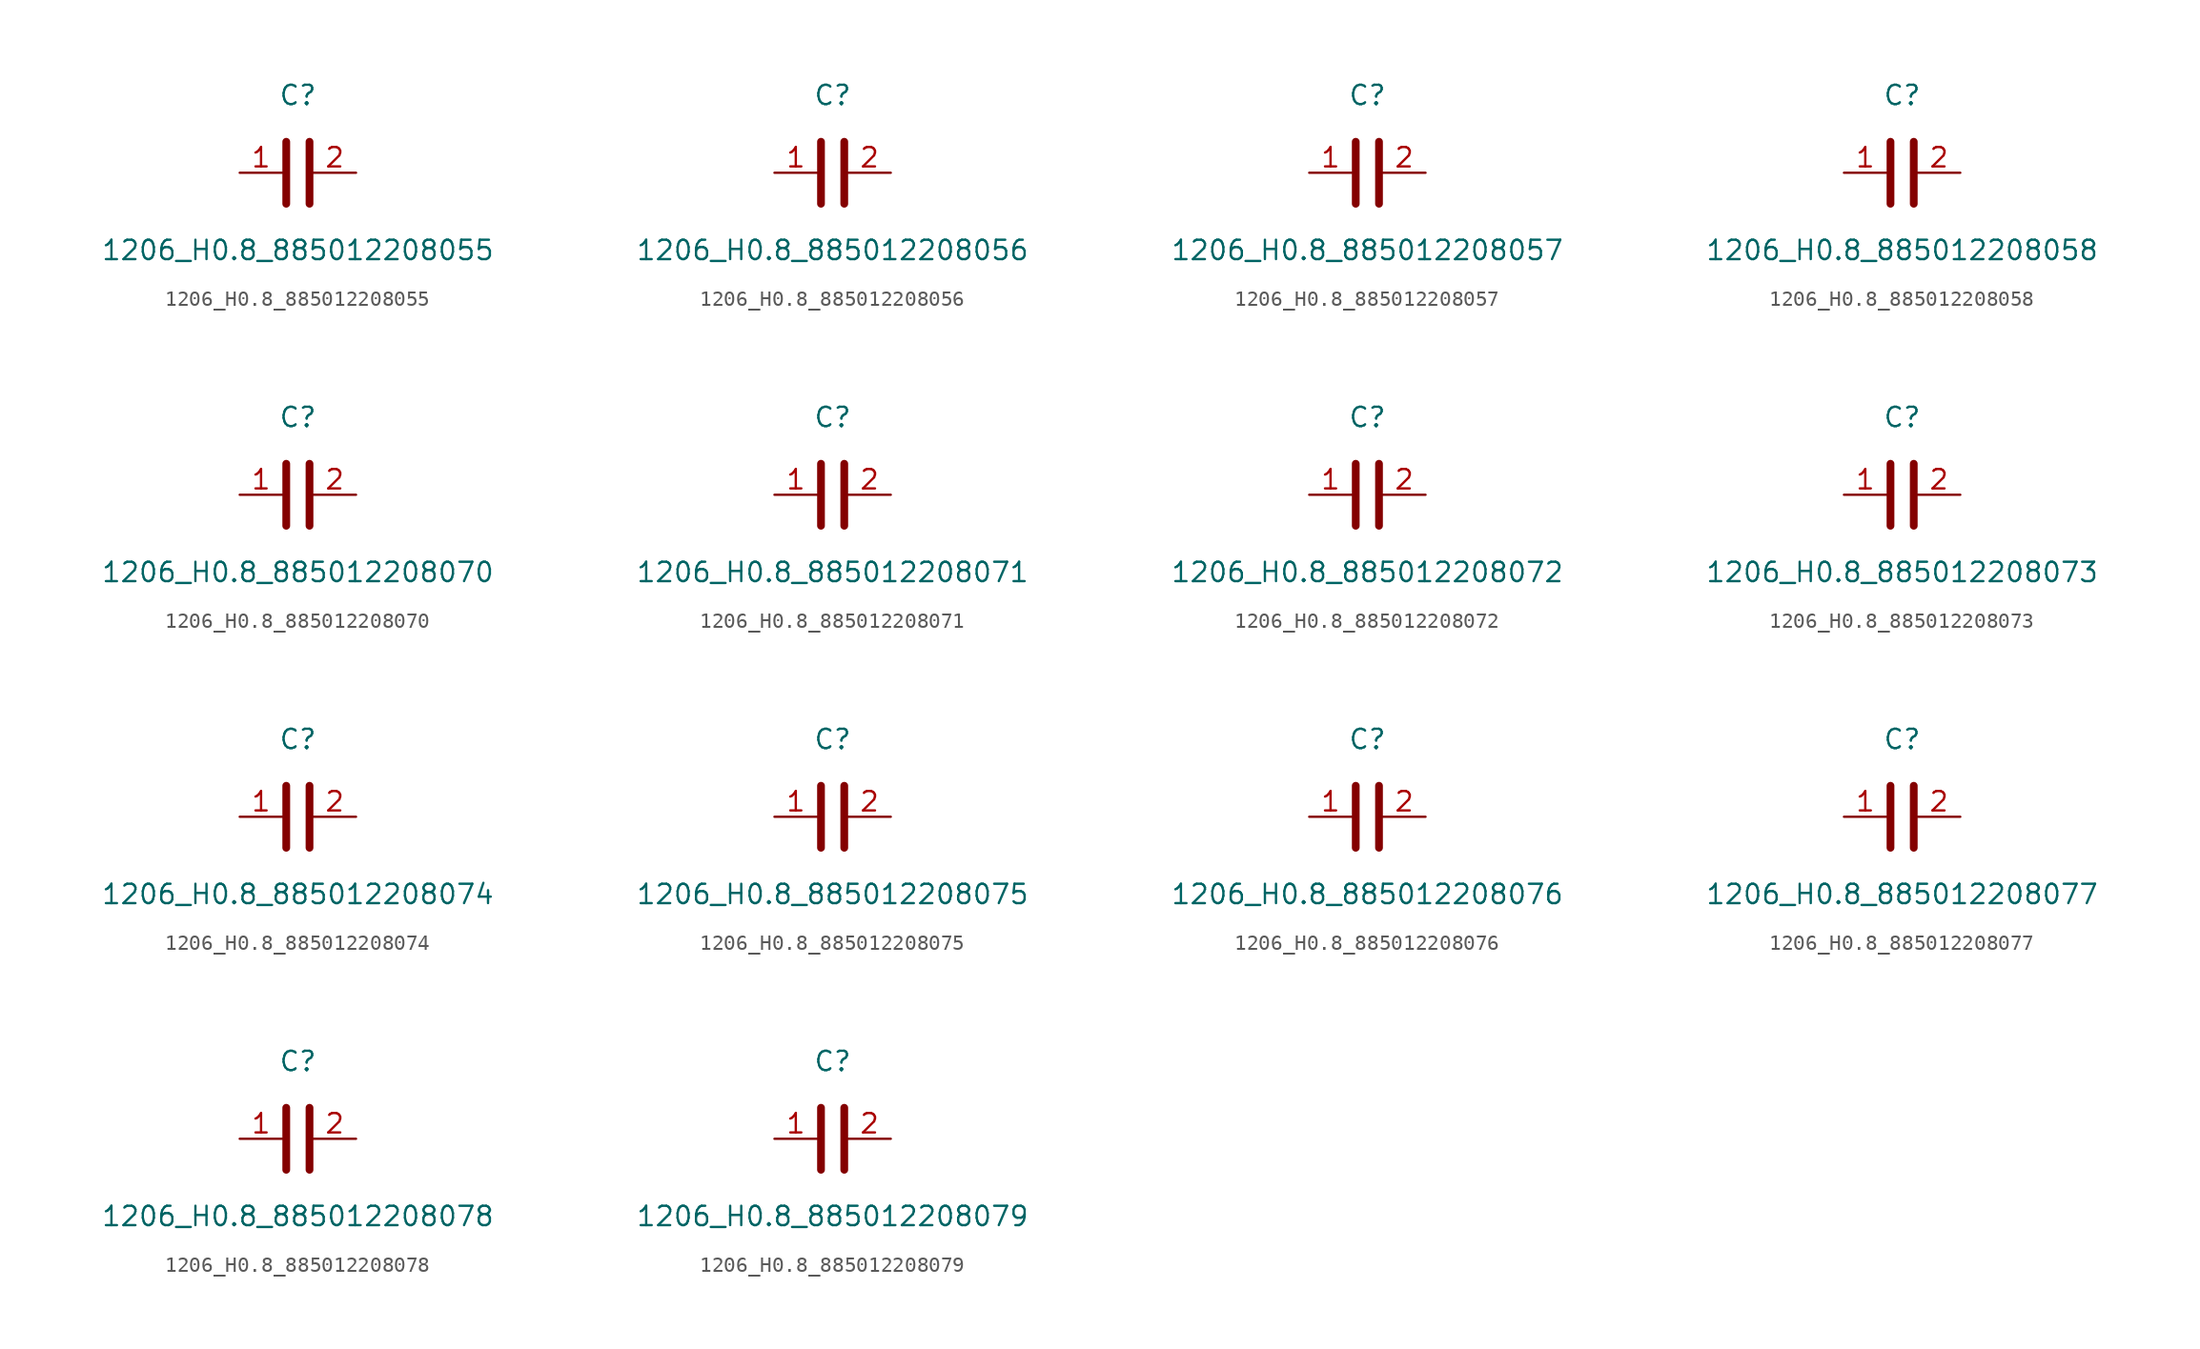
<source format=kicad_sym>
(kicad_symbol_lib
  (version 20220914)
  (generator kicad_symbol_editor)
  (symbol "1206_H0.8_885012208055"
    (pin_names hide)
    (property "Reference" "C"
      (at 0 5.08 0)
      (effects (font (size 1.27 1.27))))
    (property "Value" "1206_H0.8_885012208055"
      (at 0 -5.08 0)
      (effects (font (size 1.27 1.27))))
    (symbol "1206_H0.8_885012208055_0_1"
      (polyline (pts (xy -0.762 -2.032) (xy -0.762 2.032)) (stroke (width 0.508) (type default)) (fill (type none)))
      (polyline (pts (xy 0.762 -2.032) (xy 0.762 2.032)) (stroke (width 0.508) (type default)) (fill (type none))))
    (symbol "1206_H0.8_885012208055_1_1"
      (pin passive line (at -3.81 0 0) (length 2.794) (name "1" (effects (font (size 1.27 1.27)))) (number "1" (effects (font (size 1.27 1.27)))))
      (pin passive line (at 3.81 0 180) (length 2.794) (name "2" (effects (font (size 1.27 1.27)))) (number "2" (effects (font (size 1.27 1.27)))))))
  (symbol "1206_H0.8_885012208056"
    (pin_names hide)
    (property "Reference" "C"
      (at 0 5.08 0)
      (effects (font (size 1.27 1.27))))
    (property "Value" "1206_H0.8_885012208056"
      (at 0 -5.08 0)
      (effects (font (size 1.27 1.27))))
    (symbol "1206_H0.8_885012208056_0_1"
      (polyline (pts (xy -0.762 -2.032) (xy -0.762 2.032)) (stroke (width 0.508) (type default)) (fill (type none)))
      (polyline (pts (xy 0.762 -2.032) (xy 0.762 2.032)) (stroke (width 0.508) (type default)) (fill (type none))))
    (symbol "1206_H0.8_885012208056_1_1"
      (pin passive line (at -3.81 0 0) (length 2.794) (name "1" (effects (font (size 1.27 1.27)))) (number "1" (effects (font (size 1.27 1.27)))))
      (pin passive line (at 3.81 0 180) (length 2.794) (name "2" (effects (font (size 1.27 1.27)))) (number "2" (effects (font (size 1.27 1.27)))))))
  (symbol "1206_H0.8_885012208057"
    (pin_names hide)
    (property "Reference" "C"
      (at 0 5.08 0)
      (effects (font (size 1.27 1.27))))
    (property "Value" "1206_H0.8_885012208057"
      (at 0 -5.08 0)
      (effects (font (size 1.27 1.27))))
    (symbol "1206_H0.8_885012208057_0_1"
      (polyline (pts (xy -0.762 -2.032) (xy -0.762 2.032)) (stroke (width 0.508) (type default)) (fill (type none)))
      (polyline (pts (xy 0.762 -2.032) (xy 0.762 2.032)) (stroke (width 0.508) (type default)) (fill (type none))))
    (symbol "1206_H0.8_885012208057_1_1"
      (pin passive line (at -3.81 0 0) (length 2.794) (name "1" (effects (font (size 1.27 1.27)))) (number "1" (effects (font (size 1.27 1.27)))))
      (pin passive line (at 3.81 0 180) (length 2.794) (name "2" (effects (font (size 1.27 1.27)))) (number "2" (effects (font (size 1.27 1.27)))))))
  (symbol "1206_H0.8_885012208058"
    (pin_names hide)
    (property "Reference" "C"
      (at 0 5.08 0)
      (effects (font (size 1.27 1.27))))
    (property "Value" "1206_H0.8_885012208058"
      (at 0 -5.08 0)
      (effects (font (size 1.27 1.27))))
    (symbol "1206_H0.8_885012208058_0_1"
      (polyline (pts (xy -0.762 -2.032) (xy -0.762 2.032)) (stroke (width 0.508) (type default)) (fill (type none)))
      (polyline (pts (xy 0.762 -2.032) (xy 0.762 2.032)) (stroke (width 0.508) (type default)) (fill (type none))))
    (symbol "1206_H0.8_885012208058_1_1"
      (pin passive line (at -3.81 0 0) (length 2.794) (name "1" (effects (font (size 1.27 1.27)))) (number "1" (effects (font (size 1.27 1.27)))))
      (pin passive line (at 3.81 0 180) (length 2.794) (name "2" (effects (font (size 1.27 1.27)))) (number "2" (effects (font (size 1.27 1.27)))))))
  (symbol "1206_H0.8_885012208070"
    (pin_names hide)
    (property "Reference" "C"
      (at 0 5.08 0)
      (effects (font (size 1.27 1.27))))
    (property "Value" "1206_H0.8_885012208070"
      (at 0 -5.08 0)
      (effects (font (size 1.27 1.27))))
    (symbol "1206_H0.8_885012208070_0_1"
      (polyline (pts (xy -0.762 -2.032) (xy -0.762 2.032)) (stroke (width 0.508) (type default)) (fill (type none)))
      (polyline (pts (xy 0.762 -2.032) (xy 0.762 2.032)) (stroke (width 0.508) (type default)) (fill (type none))))
    (symbol "1206_H0.8_885012208070_1_1"
      (pin passive line (at -3.81 0 0) (length 2.794) (name "1" (effects (font (size 1.27 1.27)))) (number "1" (effects (font (size 1.27 1.27)))))
      (pin passive line (at 3.81 0 180) (length 2.794) (name "2" (effects (font (size 1.27 1.27)))) (number "2" (effects (font (size 1.27 1.27)))))))
  (symbol "1206_H0.8_885012208071"
    (pin_names hide)
    (property "Reference" "C"
      (at 0 5.08 0)
      (effects (font (size 1.27 1.27))))
    (property "Value" "1206_H0.8_885012208071"
      (at 0 -5.08 0)
      (effects (font (size 1.27 1.27))))
    (symbol "1206_H0.8_885012208071_0_1"
      (polyline (pts (xy -0.762 -2.032) (xy -0.762 2.032)) (stroke (width 0.508) (type default)) (fill (type none)))
      (polyline (pts (xy 0.762 -2.032) (xy 0.762 2.032)) (stroke (width 0.508) (type default)) (fill (type none))))
    (symbol "1206_H0.8_885012208071_1_1"
      (pin passive line (at -3.81 0 0) (length 2.794) (name "1" (effects (font (size 1.27 1.27)))) (number "1" (effects (font (size 1.27 1.27)))))
      (pin passive line (at 3.81 0 180) (length 2.794) (name "2" (effects (font (size 1.27 1.27)))) (number "2" (effects (font (size 1.27 1.27)))))))
  (symbol "1206_H0.8_885012208072"
    (pin_names hide)
    (property "Reference" "C"
      (at 0 5.08 0)
      (effects (font (size 1.27 1.27))))
    (property "Value" "1206_H0.8_885012208072"
      (at 0 -5.08 0)
      (effects (font (size 1.27 1.27))))
    (symbol "1206_H0.8_885012208072_0_1"
      (polyline (pts (xy -0.762 -2.032) (xy -0.762 2.032)) (stroke (width 0.508) (type default)) (fill (type none)))
      (polyline (pts (xy 0.762 -2.032) (xy 0.762 2.032)) (stroke (width 0.508) (type default)) (fill (type none))))
    (symbol "1206_H0.8_885012208072_1_1"
      (pin passive line (at -3.81 0 0) (length 2.794) (name "1" (effects (font (size 1.27 1.27)))) (number "1" (effects (font (size 1.27 1.27)))))
      (pin passive line (at 3.81 0 180) (length 2.794) (name "2" (effects (font (size 1.27 1.27)))) (number "2" (effects (font (size 1.27 1.27)))))))
  (symbol "1206_H0.8_885012208073"
    (pin_names hide)
    (property "Reference" "C"
      (at 0 5.08 0)
      (effects (font (size 1.27 1.27))))
    (property "Value" "1206_H0.8_885012208073"
      (at 0 -5.08 0)
      (effects (font (size 1.27 1.27))))
    (symbol "1206_H0.8_885012208073_0_1"
      (polyline (pts (xy -0.762 -2.032) (xy -0.762 2.032)) (stroke (width 0.508) (type default)) (fill (type none)))
      (polyline (pts (xy 0.762 -2.032) (xy 0.762 2.032)) (stroke (width 0.508) (type default)) (fill (type none))))
    (symbol "1206_H0.8_885012208073_1_1"
      (pin passive line (at -3.81 0 0) (length 2.794) (name "1" (effects (font (size 1.27 1.27)))) (number "1" (effects (font (size 1.27 1.27)))))
      (pin passive line (at 3.81 0 180) (length 2.794) (name "2" (effects (font (size 1.27 1.27)))) (number "2" (effects (font (size 1.27 1.27)))))))
  (symbol "1206_H0.8_885012208074"
    (pin_names hide)
    (property "Reference" "C"
      (at 0 5.08 0)
      (effects (font (size 1.27 1.27))))
    (property "Value" "1206_H0.8_885012208074"
      (at 0 -5.08 0)
      (effects (font (size 1.27 1.27))))
    (symbol "1206_H0.8_885012208074_0_1"
      (polyline (pts (xy -0.762 -2.032) (xy -0.762 2.032)) (stroke (width 0.508) (type default)) (fill (type none)))
      (polyline (pts (xy 0.762 -2.032) (xy 0.762 2.032)) (stroke (width 0.508) (type default)) (fill (type none))))
    (symbol "1206_H0.8_885012208074_1_1"
      (pin passive line (at -3.81 0 0) (length 2.794) (name "1" (effects (font (size 1.27 1.27)))) (number "1" (effects (font (size 1.27 1.27)))))
      (pin passive line (at 3.81 0 180) (length 2.794) (name "2" (effects (font (size 1.27 1.27)))) (number "2" (effects (font (size 1.27 1.27)))))))
  (symbol "1206_H0.8_885012208075"
    (pin_names hide)
    (property "Reference" "C"
      (at 0 5.08 0)
      (effects (font (size 1.27 1.27))))
    (property "Value" "1206_H0.8_885012208075"
      (at 0 -5.08 0)
      (effects (font (size 1.27 1.27))))
    (symbol "1206_H0.8_885012208075_0_1"
      (polyline (pts (xy -0.762 -2.032) (xy -0.762 2.032)) (stroke (width 0.508) (type default)) (fill (type none)))
      (polyline (pts (xy 0.762 -2.032) (xy 0.762 2.032)) (stroke (width 0.508) (type default)) (fill (type none))))
    (symbol "1206_H0.8_885012208075_1_1"
      (pin passive line (at -3.81 0 0) (length 2.794) (name "1" (effects (font (size 1.27 1.27)))) (number "1" (effects (font (size 1.27 1.27)))))
      (pin passive line (at 3.81 0 180) (length 2.794) (name "2" (effects (font (size 1.27 1.27)))) (number "2" (effects (font (size 1.27 1.27)))))))
  (symbol "1206_H0.8_885012208076"
    (pin_names hide)
    (property "Reference" "C"
      (at 0 5.08 0)
      (effects (font (size 1.27 1.27))))
    (property "Value" "1206_H0.8_885012208076"
      (at 0 -5.08 0)
      (effects (font (size 1.27 1.27))))
    (symbol "1206_H0.8_885012208076_0_1"
      (polyline (pts (xy -0.762 -2.032) (xy -0.762 2.032)) (stroke (width 0.508) (type default)) (fill (type none)))
      (polyline (pts (xy 0.762 -2.032) (xy 0.762 2.032)) (stroke (width 0.508) (type default)) (fill (type none))))
    (symbol "1206_H0.8_885012208076_1_1"
      (pin passive line (at -3.81 0 0) (length 2.794) (name "1" (effects (font (size 1.27 1.27)))) (number "1" (effects (font (size 1.27 1.27)))))
      (pin passive line (at 3.81 0 180) (length 2.794) (name "2" (effects (font (size 1.27 1.27)))) (number "2" (effects (font (size 1.27 1.27)))))))
  (symbol "1206_H0.8_885012208077"
    (pin_names hide)
    (property "Reference" "C"
      (at 0 5.08 0)
      (effects (font (size 1.27 1.27))))
    (property "Value" "1206_H0.8_885012208077"
      (at 0 -5.08 0)
      (effects (font (size 1.27 1.27))))
    (symbol "1206_H0.8_885012208077_0_1"
      (polyline (pts (xy -0.762 -2.032) (xy -0.762 2.032)) (stroke (width 0.508) (type default)) (fill (type none)))
      (polyline (pts (xy 0.762 -2.032) (xy 0.762 2.032)) (stroke (width 0.508) (type default)) (fill (type none))))
    (symbol "1206_H0.8_885012208077_1_1"
      (pin passive line (at -3.81 0 0) (length 2.794) (name "1" (effects (font (size 1.27 1.27)))) (number "1" (effects (font (size 1.27 1.27)))))
      (pin passive line (at 3.81 0 180) (length 2.794) (name "2" (effects (font (size 1.27 1.27)))) (number "2" (effects (font (size 1.27 1.27)))))))
  (symbol "1206_H0.8_885012208078"
    (pin_names hide)
    (property "Reference" "C"
      (at 0 5.08 0)
      (effects (font (size 1.27 1.27))))
    (property "Value" "1206_H0.8_885012208078"
      (at 0 -5.08 0)
      (effects (font (size 1.27 1.27))))
    (symbol "1206_H0.8_885012208078_0_1"
      (polyline (pts (xy -0.762 -2.032) (xy -0.762 2.032)) (stroke (width 0.508) (type default)) (fill (type none)))
      (polyline (pts (xy 0.762 -2.032) (xy 0.762 2.032)) (stroke (width 0.508) (type default)) (fill (type none))))
    (symbol "1206_H0.8_885012208078_1_1"
      (pin passive line (at -3.81 0 0) (length 2.794) (name "1" (effects (font (size 1.27 1.27)))) (number "1" (effects (font (size 1.27 1.27)))))
      (pin passive line (at 3.81 0 180) (length 2.794) (name "2" (effects (font (size 1.27 1.27)))) (number "2" (effects (font (size 1.27 1.27)))))))
  (symbol "1206_H0.8_885012208079"
    (pin_names hide)
    (property "Reference" "C"
      (at 0 5.08 0)
      (effects (font (size 1.27 1.27))))
    (property "Value" "1206_H0.8_885012208079"
      (at 0 -5.08 0)
      (effects (font (size 1.27 1.27))))
    (symbol "1206_H0.8_885012208079_0_1"
      (polyline (pts (xy -0.762 -2.032) (xy -0.762 2.032)) (stroke (width 0.508) (type default)) (fill (type none)))
      (polyline (pts (xy 0.762 -2.032) (xy 0.762 2.032)) (stroke (width 0.508) (type default)) (fill (type none))))
    (symbol "1206_H0.8_885012208079_1_1"
      (pin passive line (at -3.81 0 0) (length 2.794) (name "1" (effects (font (size 1.27 1.27)))) (number "1" (effects (font (size 1.27 1.27)))))
      (pin passive line (at 3.81 0 180) (length 2.794) (name "2" (effects (font (size 1.27 1.27)))) (number "2" (effects (font (size 1.27 1.27))))))))
</source>
